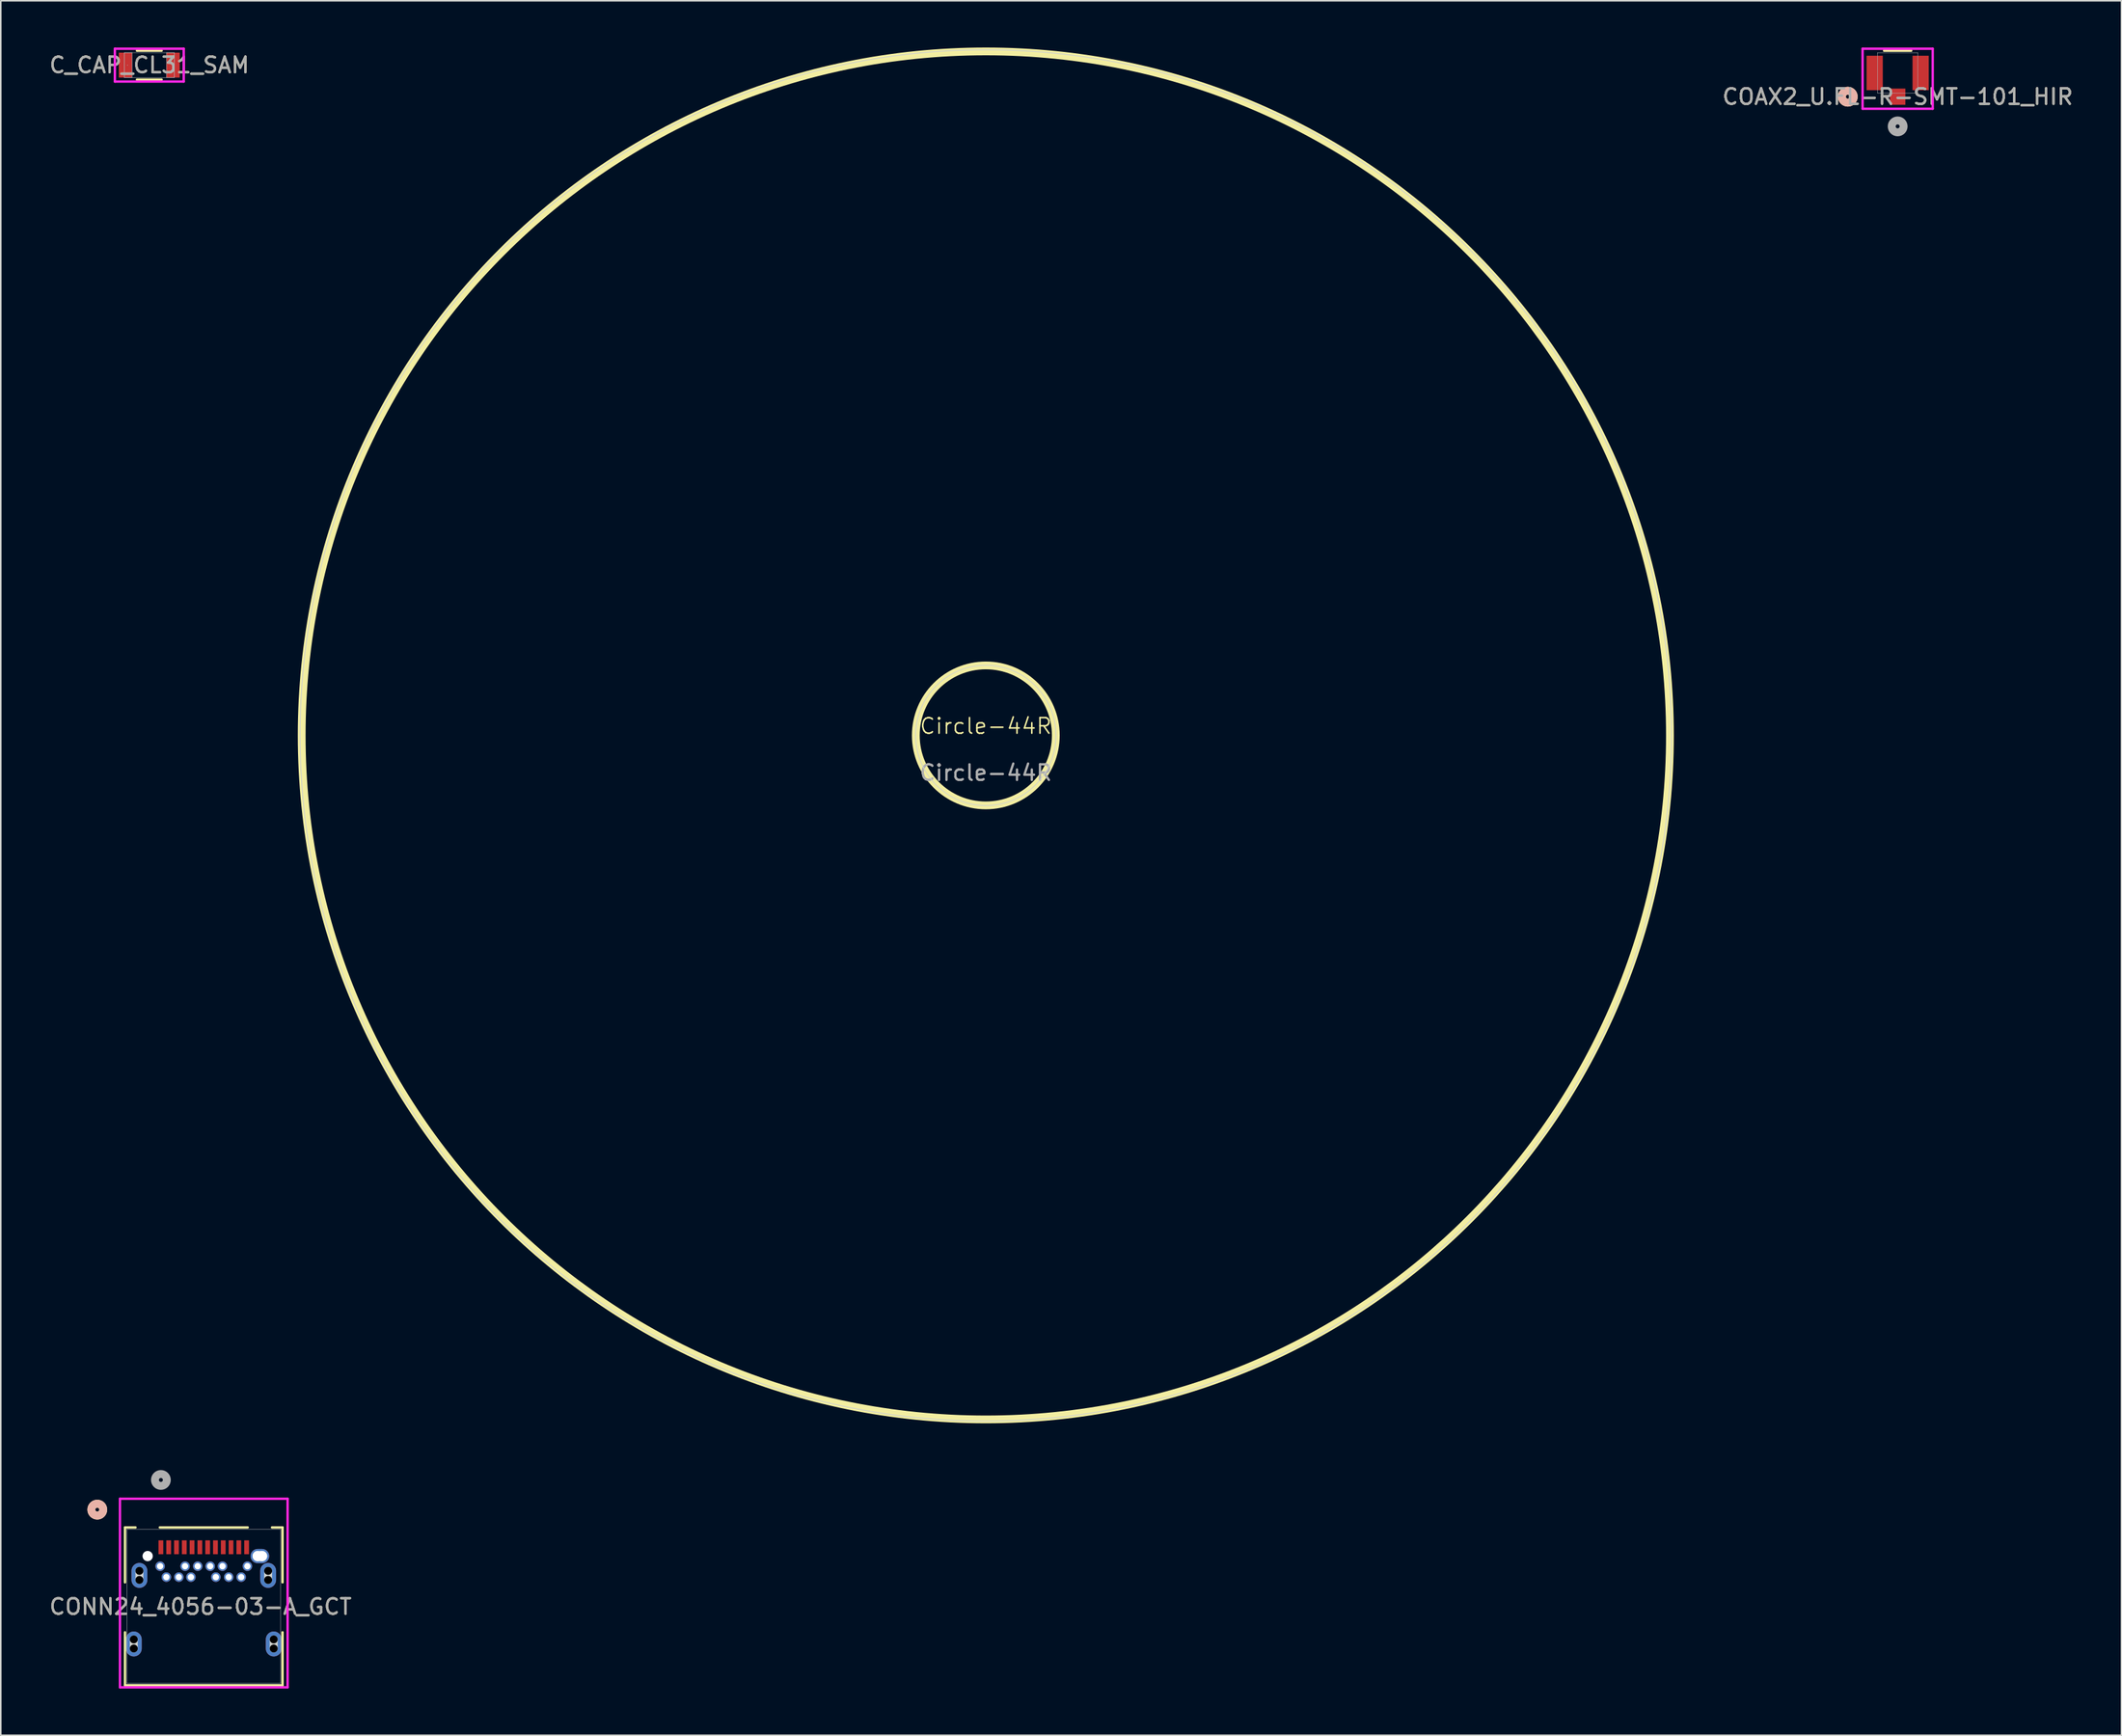
<source format=kicad_pcb>
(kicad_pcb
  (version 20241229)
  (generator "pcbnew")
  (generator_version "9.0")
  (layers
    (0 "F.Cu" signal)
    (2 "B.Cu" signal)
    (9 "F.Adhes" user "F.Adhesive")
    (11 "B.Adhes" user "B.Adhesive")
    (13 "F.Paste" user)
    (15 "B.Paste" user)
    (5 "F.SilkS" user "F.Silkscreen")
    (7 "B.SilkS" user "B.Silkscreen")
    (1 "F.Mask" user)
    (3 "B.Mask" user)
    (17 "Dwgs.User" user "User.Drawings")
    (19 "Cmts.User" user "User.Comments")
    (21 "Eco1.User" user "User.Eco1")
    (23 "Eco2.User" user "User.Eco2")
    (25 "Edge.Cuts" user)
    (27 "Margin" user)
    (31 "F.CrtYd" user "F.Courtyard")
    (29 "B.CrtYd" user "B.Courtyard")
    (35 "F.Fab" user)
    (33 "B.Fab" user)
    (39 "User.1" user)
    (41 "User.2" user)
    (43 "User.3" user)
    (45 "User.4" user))
  (footprint "CONN24_4056-03-A_GCT"
    (layer "F.Cu")
    (at 7.275 96.256)
    (property "Reference" "CONN24_4056-03-A_GCT" (at 2.54 3.81 0) (unlocked yes) (layer "F.SilkS") (effects (font (size 1 1) (thickness 0.15))))
    (attr through_hole)
    (fp_line (start -2.304 -1.273) (end -2.304 2.251) (stroke (width 0.152) (type solid)) (layer "F.SilkS"))
    (fp_line (start -2.304 5.457) (end -2.304 8.862) (stroke (width 0.152) (type solid)) (layer "F.SilkS"))
    (fp_line (start -2.304 8.862) (end 7.805 8.862) (stroke (width 0.152) (type solid)) (layer "F.SilkS"))
    (fp_line (start -1.629 -1.273) (end -2.304 -1.273) (stroke (width 0.152) (type solid)) (layer "F.SilkS"))
    (fp_line (start 5.571 -1.273) (end -0.07 -1.273) (stroke (width 0.152) (type solid)) (layer "F.SilkS"))
    (fp_line (start 7.805 -1.273) (end 7.13 -1.273) (stroke (width 0.152) (type solid)) (layer "F.SilkS"))
    (fp_line (start 7.805 2.251) (end 7.805 -1.273) (stroke (width 0.152) (type solid)) (layer "F.SilkS"))
    (fp_line (start 7.805 8.862) (end 7.805 5.457) (stroke (width 0.152) (type solid)) (layer "F.SilkS"))
    (fp_circle (center -4.082 -2.416) (end -3.701 -2.416) (stroke (width 0.508) (type solid)) (fill no) (layer "F.SilkS"))
    (fp_circle (center -4.082 -2.416) (end -3.701 -2.416) (stroke (width 0.508) (type solid)) (fill no) (layer "B.SilkS"))
    (fp_line (start -1.739 6.497) (end -1.739 5.913) (stroke (width 0.508) (type solid)) (layer "Edge.Cuts"))
    (fp_line (start -1.379 2.097) (end -1.379 1.513) (stroke (width 0.508) (type solid)) (layer "Edge.Cuts"))
    (fp_line (start 6.211 0.565) (end 6.49 0.565) (stroke (width 0.66) (type solid)) (layer "Edge.Cuts"))
    (fp_line (start 6.881 2.097) (end 6.881 1.513) (stroke (width 0.508) (type solid)) (layer "Edge.Cuts"))
    (fp_line (start 7.241 6.497) (end 7.241 5.913) (stroke (width 0.508) (type solid)) (layer "Edge.Cuts"))
    (fp_line (start -2.628 -3.115) (end -2.628 8.989) (stroke (width 0.152) (type solid)) (layer "F.CrtYd"))
    (fp_line (start -2.628 8.989) (end 8.13 8.989) (stroke (width 0.152) (type solid)) (layer "F.CrtYd"))
    (fp_line (start 8.13 -3.115) (end -2.628 -3.115) (stroke (width 0.152) (type solid)) (layer "F.CrtYd"))
    (fp_line (start 8.13 8.989) (end 8.13 -3.115) (stroke (width 0.152) (type solid)) (layer "F.CrtYd"))
    (fp_line (start -2.177 -1.146) (end -2.177 8.735) (stroke (width 0.025) (type solid)) (layer "F.Fab"))
    (fp_line (start -2.177 8.735) (end 7.678 8.735) (stroke (width 0.025) (type solid)) (layer "F.Fab"))
    (fp_line (start 7.678 -1.146) (end -2.177 -1.146) (stroke (width 0.025) (type solid)) (layer "F.Fab"))
    (fp_line (start 7.678 8.735) (end 7.678 -1.146) (stroke (width 0.025) (type solid)) (layer "F.Fab"))
    (fp_circle (center 0 -4.321) (end 0.381 -4.321) (stroke (width 0.508) (type solid)) (fill no) (layer "F.Fab"))
    (fp_text user "${REFERENCE}" (at 2.54 3.81 0) (unlocked yes) (layer "F.Fab") (effects (font (size 1 1) (thickness 0.15))))
    (pad "" np_thru_hole circle (at -1.739 5.913) (size 0.508 0.508) (drill 0.508) (layers))
    (pad "" np_thru_hole circle (at -1.739 6.497) (size 0.508 0.508) (drill 0.508) (layers))
    (pad "" np_thru_hole circle (at -1.379 1.513) (size 0.508 0.508) (drill 0.508) (layers))
    (pad "" np_thru_hole circle (at -1.379 2.097) (size 0.508 0.508) (drill 0.508) (layers))
    (pad "" np_thru_hole circle (at -0.849 0.565) (size 0.66 0.66) (drill 0.66) (layers "*.Cu" "*.Mask"))
    (pad "" np_thru_hole circle (at 6.211 0.565) (size 0.66 0.66) (drill 0.66) (layers "*.Cu" "*.Mask"))
    (pad "" np_thru_hole circle (at 6.49 0.565) (size 0.66 0.66) (drill 0.66) (layers "*.Cu" "*.Mask"))
    (pad "" np_thru_hole circle (at 6.881 1.513) (size 0.508 0.508) (drill 0.508) (layers))
    (pad "" np_thru_hole circle (at 6.881 2.097) (size 0.508 0.508) (drill 0.508) (layers))
    (pad "" np_thru_hole circle (at 7.241 5.913) (size 0.508 0.508) (drill 0.508) (layers))
    (pad "" np_thru_hole circle (at 7.241 6.497) (size 0.508 0.508) (drill 0.508) (layers))
    (pad "25" thru_hole oval (at -1.379 1.805 90) (size 1.6 1.016) (drill 0.025) (layers "*.Cu" "*.Mask"))
    (pad "26" thru_hole oval (at -1.739 6.205 90) (size 1.6 1.016) (drill 0.025) (layers "*.Cu" "*.Mask"))
    (pad "27" thru_hole oval (at 6.881 1.805 90) (size 1.6 1.016) (drill 0.025) (layers "*.Cu" "*.Mask"))
    (pad "28" thru_hole oval (at 7.241 6.205 90) (size 1.6 1.016) (drill 0.025) (layers "*.Cu" "*.Mask"))
    (pad "29" thru_hole oval (at 6.351 0.565) (size 1.194 0.914) (drill 0.025) (layers "*.Cu" "*.Mask"))
    (pad "A1" smd rect (at 0 0) (size 0.305 0.889) (layers "F.Cu" "F.Mask" "F.Paste"))
    (pad "A2" smd rect (at 0.5 0) (size 0.305 0.889) (layers "F.Cu" "F.Mask" "F.Paste"))
    (pad "A3" smd rect (at 1 0) (size 0.305 0.889) (layers "F.Cu" "F.Mask" "F.Paste"))
    (pad "A4" smd rect (at 1.5 0) (size 0.305 0.889) (layers "F.Cu" "F.Mask" "F.Paste"))
    (pad "A5" smd rect (at 2.001 0) (size 0.305 0.889) (layers "F.Cu" "F.Mask" "F.Paste"))
    (pad "A6" smd rect (at 2.501 0) (size 0.305 0.889) (layers "F.Cu" "F.Mask" "F.Paste"))
    (pad "A7" smd rect (at 3.001 0) (size 0.305 0.889) (layers "F.Cu" "F.Mask" "F.Paste"))
    (pad "A8" smd rect (at 3.501 0) (size 0.305 0.889) (layers "F.Cu" "F.Mask" "F.Paste"))
    (pad "A9" smd rect (at 4.001 0) (size 0.305 0.889) (layers "F.Cu" "F.Mask" "F.Paste"))
    (pad "A10" smd rect (at 4.501 0) (size 0.305 0.889) (layers "F.Cu" "F.Mask" "F.Paste"))
    (pad "A11" smd rect (at 5.001 0) (size 0.305 0.889) (layers "F.Cu" "F.Mask" "F.Paste"))
    (pad "A12" smd rect (at 5.501 0) (size 0.305 0.889) (layers "F.Cu" "F.Mask" "F.Paste"))
    (pad "B1" thru_hole circle (at 5.551 1.215) (size 0.61 0.61) (drill 0.406) (layers "*.Cu" "*.Mask"))
    (pad "B2" thru_hole circle (at 5.151 1.915) (size 0.61 0.61) (drill 0.406) (layers "*.Cu" "*.Mask"))
    (pad "B3" thru_hole circle (at 4.351 1.915) (size 0.61 0.61) (drill 0.406) (layers "*.Cu" "*.Mask"))
    (pad "B4" thru_hole circle (at 3.951 1.215) (size 0.61 0.61) (drill 0.406) (layers "*.Cu" "*.Mask"))
    (pad "B5" thru_hole circle (at 3.526 1.915) (size 0.61 0.61) (drill 0.406) (layers "*.Cu" "*.Mask"))
    (pad "B6" thru_hole circle (at 3.163 1.215) (size 0.61 0.61) (drill 0.406) (layers "*.Cu" "*.Mask"))
    (pad "B7" thru_hole circle (at 2.363 1.215) (size 0.61 0.61) (drill 0.406) (layers "*.Cu" "*.Mask"))
    (pad "B8" thru_hole circle (at 1.926 1.915) (size 0.61 0.61) (drill 0.406) (layers "*.Cu" "*.Mask"))
    (pad "B9" thru_hole circle (at 1.551 1.215) (size 0.61 0.61) (drill 0.406) (layers "*.Cu" "*.Mask"))
    (pad "B10" thru_hole circle (at 1.151 1.915) (size 0.61 0.61) (drill 0.406) (layers "*.Cu" "*.Mask"))
    (pad "B11" thru_hole circle (at 0.351 1.915) (size 0.61 0.61) (drill 0.406) (layers "*.Cu" "*.Mask"))
    (pad "B12" thru_hole circle (at -0.05 1.215) (size 0.61 0.61) (drill 0.406) (layers "*.Cu" "*.Mask")))
  (footprint "COAX2_U.FL-R-SMT-101_HIR"
    (layer "F.Cu")
    (at 118.723 1.626)
    (property "Reference" "COAX2_U.FL-R-SMT-101_HIR" (at 0 1.53 0) (unlocked yes) (layer "F.SilkS") (effects (font (size 1 1) (thickness 0.15))))
    (attr smd)
    (fp_line (start 0.871 -1.422) (end -0.871 -1.422) (stroke (width 0.152) (type solid)) (layer "F.SilkS"))
    (fp_circle (center -3.2 1.53) (end -2.819 1.53) (stroke (width 0.508) (type solid)) (fill no) (layer "F.SilkS"))
    (fp_circle (center -3.2 1.53) (end -2.819 1.53) (stroke (width 0.508) (type solid)) (fill no) (layer "B.SilkS"))
    (fp_line (start -2.25 -1.549) (end -2.25 2.304) (stroke (width 0.152) (type solid)) (layer "F.CrtYd"))
    (fp_line (start -2.25 2.304) (end 2.25 2.304) (stroke (width 0.152) (type solid)) (layer "F.CrtYd"))
    (fp_line (start 2.25 -1.549) (end -2.25 -1.549) (stroke (width 0.152) (type solid)) (layer "F.CrtYd"))
    (fp_line (start 2.25 2.304) (end 2.25 -1.549) (stroke (width 0.152) (type solid)) (layer "F.CrtYd"))
    (fp_line (start -1.295 -1.295) (end -1.295 1.295) (stroke (width 0.025) (type solid)) (layer "F.Fab"))
    (fp_line (start -1.295 1.295) (end 1.295 1.295) (stroke (width 0.025) (type solid)) (layer "F.Fab"))
    (fp_line (start 1.295 -1.295) (end -1.295 -1.295) (stroke (width 0.025) (type solid)) (layer "F.Fab"))
    (fp_line (start 1.295 1.295) (end 1.295 -1.295) (stroke (width 0.025) (type solid)) (layer "F.Fab"))
    (fp_circle (center 0 3.435) (end 0.381 3.435) (stroke (width 0.508) (type solid)) (fill no) (layer "F.Fab"))
    (fp_text user "${REFERENCE}" (at 0 1.53 0) (unlocked yes) (layer "F.Fab") (effects (font (size 1 1) (thickness 0.15))))
    (pad "1" smd rect (at 0 1.53) (size 0.991 1.041) (layers "F.Cu" "F.Mask" "F.Paste"))
    (pad "2" smd rect (at -1.475 0.005) (size 1.041 2.21) (layers "F.Cu" "F.Mask" "F.Paste"))
    (pad "3" smd rect (at 1.475 0.005) (size 1.041 2.21) (layers "F.Cu" "F.Mask" "F.Paste")))
  (footprint "Circle-44R"
    (layer "F.Cu")
    (at 60.21 44.05)
    (property "Reference" "Circle-44R" (at 0 -0.5 0) (unlocked yes) (layer "F.SilkS") (effects (font (size 1 1) (thickness 0.1))))
    (attr through_hole)
    (fp_circle (center 0 0.1) (end 4.492 0.1) (stroke (width 0.5) (type default)) (fill no) (layer "F.SilkS"))
    (fp_circle (center 0 0.1) (end 43.9 0.1) (stroke (width 0.5) (type default)) (fill no) (layer "F.SilkS"))
    (fp_circle (center 0 0.1) (end 4.5 0) (stroke (width 0.05) (type default)) (fill no) (layer "Edge.Cuts"))
    (fp_circle (center 0 0.1) (end 44 0.1) (stroke (width 0.05) (type default)) (fill no) (layer "Edge.Cuts"))
    (fp_text user "${REFERENCE}" (at 0 2.5 0) (unlocked yes) (layer "F.Fab") (effects (font (size 1 1) (thickness 0.15)))))
  (footprint "C_CAP_CL31_SAM"
    (layer "F.Cu")
    (at 6.53 1.13)
    (property "Reference" "C_CAP_CL31_SAM" (at 0 0 0) (unlocked yes) (layer "F.SilkS") (effects (font (size 1 1) (thickness 0.15))))
    (attr smd)
    (fp_line (start -0.792 0.927) (end 0.792 0.927) (stroke (width 0.152) (type solid)) (layer "F.SilkS"))
    (fp_line (start 0.792 -0.927) (end -0.792 -0.927) (stroke (width 0.152) (type solid)) (layer "F.SilkS"))
    (fp_line (start -2.21 -1.054) (end 2.21 -1.054) (stroke (width 0.152) (type solid)) (layer "F.CrtYd"))
    (fp_line (start -2.21 1.054) (end -2.21 -1.054) (stroke (width 0.152) (type solid)) (layer "F.CrtYd"))
    (fp_line (start 2.21 -1.054) (end 2.21 1.054) (stroke (width 0.152) (type solid)) (layer "F.CrtYd"))
    (fp_line (start 2.21 1.054) (end -2.21 1.054) (stroke (width 0.152) (type solid)) (layer "F.CrtYd"))
    (fp_line (start -1.6 -0.8) (end -1.6 0.8) (stroke (width 0.025) (type solid)) (layer "F.Fab"))
    (fp_line (start -1.6 -0.8) (end -1.6 0.8) (stroke (width 0.025) (type solid)) (layer "F.Fab"))
    (fp_line (start -1.6 0.8) (end -1.1 0.8) (stroke (width 0.025) (type solid)) (layer "F.Fab"))
    (fp_line (start -1.6 0.8) (end 1.6 0.8) (stroke (width 0.025) (type solid)) (layer "F.Fab"))
    (fp_line (start -1.1 -0.8) (end -1.6 -0.8) (stroke (width 0.025) (type solid)) (layer "F.Fab"))
    (fp_line (start -1.1 0.8) (end -1.1 -0.8) (stroke (width 0.025) (type solid)) (layer "F.Fab"))
    (fp_line (start 1.1 -0.8) (end 1.1 0.8) (stroke (width 0.025) (type solid)) (layer "F.Fab"))
    (fp_line (start 1.1 0.8) (end 1.6 0.8) (stroke (width 0.025) (type solid)) (layer "F.Fab"))
    (fp_line (start 1.6 -0.8) (end -1.6 -0.8) (stroke (width 0.025) (type solid)) (layer "F.Fab"))
    (fp_line (start 1.6 -0.8) (end 1.1 -0.8) (stroke (width 0.025) (type solid)) (layer "F.Fab"))
    (fp_line (start 1.6 0.8) (end 1.6 -0.8) (stroke (width 0.025) (type solid)) (layer "F.Fab"))
    (fp_line (start 1.6 0.8) (end 1.6 -0.8) (stroke (width 0.025) (type solid)) (layer "F.Fab"))
    (fp_circle (center -1.401 0) (end -1.401 0) (stroke (width 0.025) (type solid)) (fill no) (layer "F.Fab"))
    (fp_text user "${REFERENCE}" (at 0 0 0) (unlocked yes) (layer "F.Fab") (effects (font (size 1 1) (thickness 0.15))))
    (pad "1" smd rect (at -1.528 0) (size 0.856 1.6) (layers "F.Cu" "F.Mask" "F.Paste"))
    (pad "2" smd rect (at 1.528 0) (size 0.856 1.6) (layers "F.Cu" "F.Mask" "F.Paste"))
    (zone (net_name "") (layer "F.Cu") (hatch full 0.508) (connect_pads) (min_thickness 0.254) (filled_areas_thickness no) (keepout (tracks not_allowed) (vias not_allowed) (pads allowed) (copperpour not_allowed) (footprints allowed)) (placement (enabled no)) (fill) (polygon (pts (xy 5.481 0.381) (xy 7.579 0.381) (xy 7.579 1.879) (xy 5.481 1.879)))))
  (gr_rect
    (start -3 -3)
    (end 133.086 108.321)
    (stroke (width 0.1) (type default))
    (fill no)
    (layer "Edge.Cuts")))
</source>
